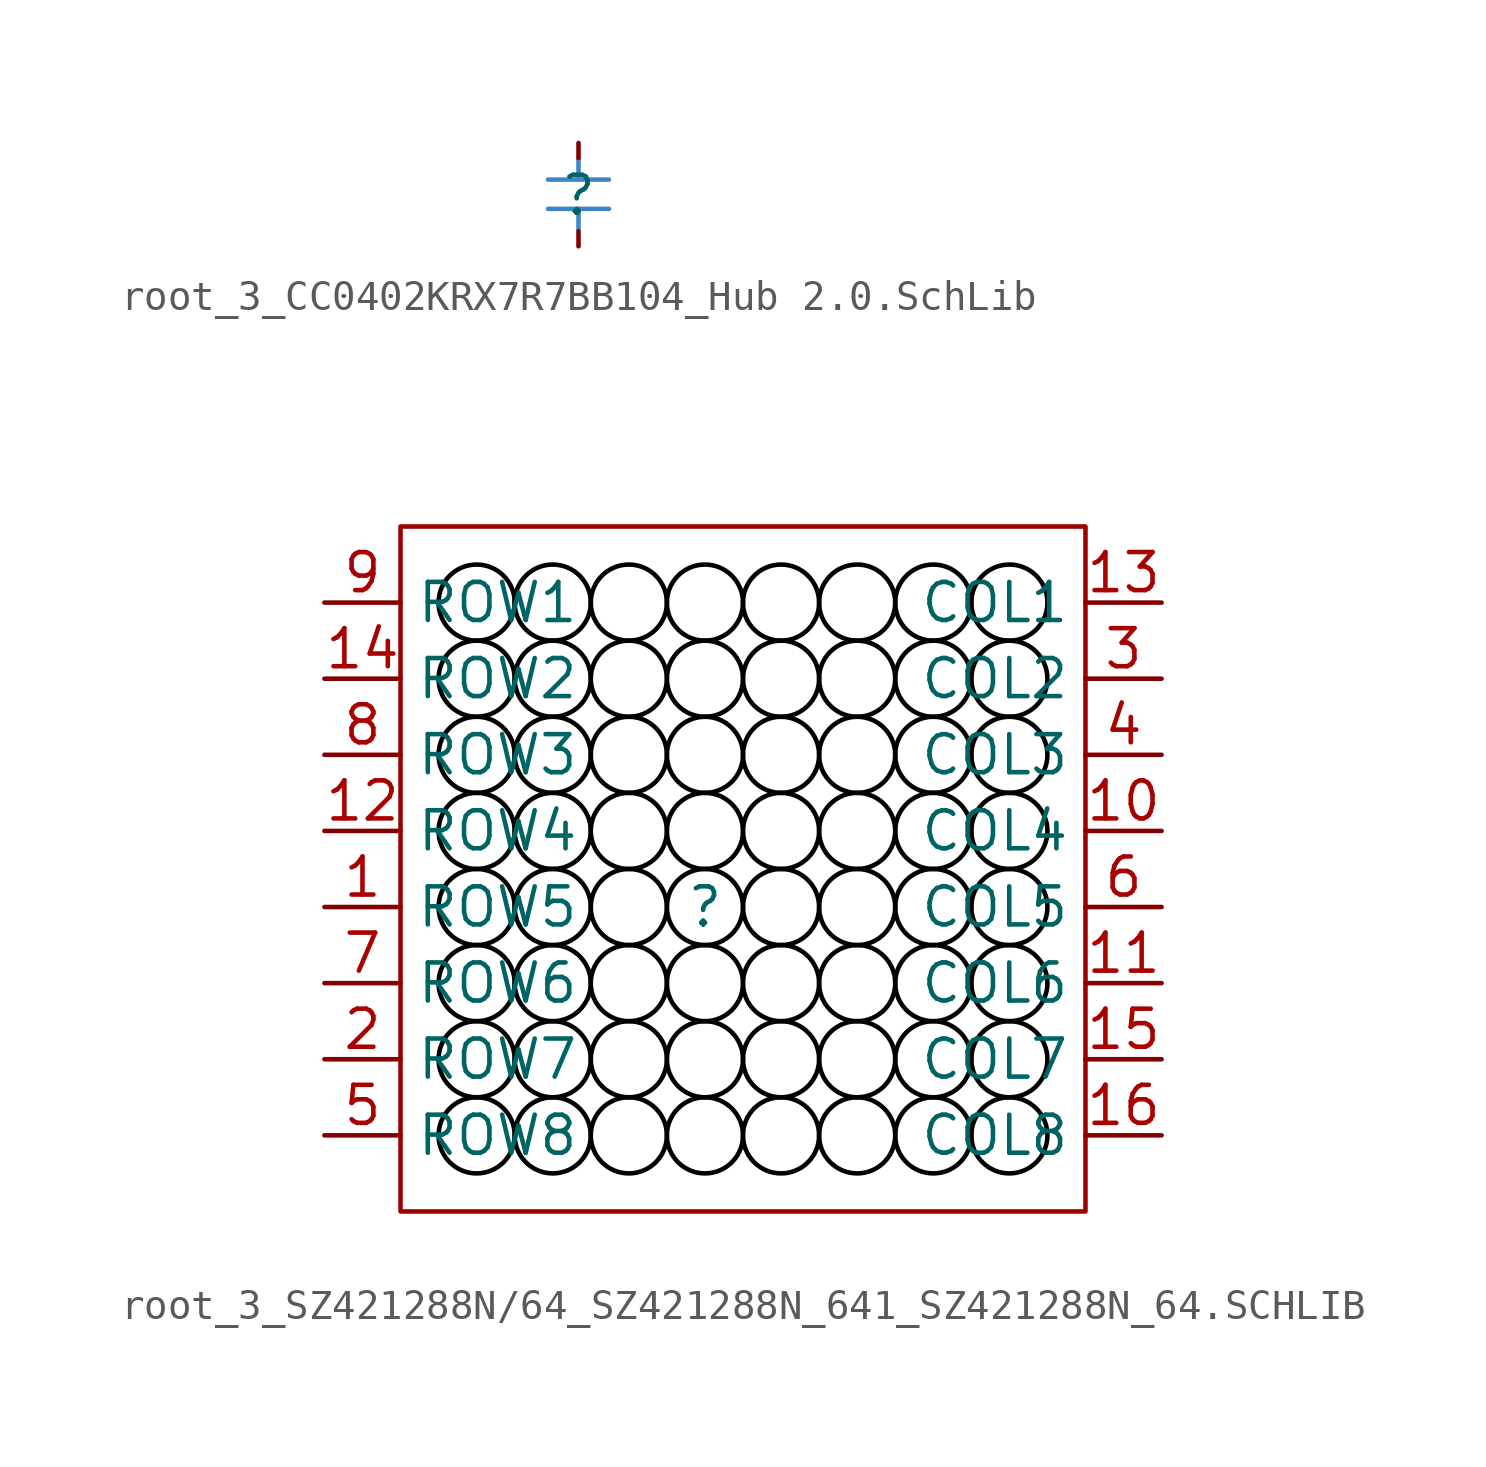
<source format=kicad_sym>
(kicad_symbol_lib
  (version 20241209)
  (generator "kicad_symbol_editor")
  (generator_version "9.0")
  (symbol "root_3_CC0402KRX7R7BB104_Hub 2.0.SchLib"
    (pin_numbers
      (hide yes))
    (pin_names
      (hide yes))
    (property "Reference" ""
      (at 0 0 0)
      (effects (font (size 1.27 1.27))))
    (property "Value" ""
      (at 0 0 0)
      (effects (font (size 1.27 1.27))))
    (symbol "root_3_CC0402KRX7R7BB104_Hub 2.0.SchLib_1_0"
      (polyline (pts (xy 0 1.228) (xy 0 0.528) (xy 1.016 0.528)) (stroke (width 0) (type solid) (color 61 133 198 1)) (fill (type none)))
      (polyline (pts (xy 0 0.528) (xy -1.016 0.528)) (stroke (width 0) (type solid) (color 61 133 198 1)) (fill (type none)))
      (polyline (pts (xy 0 -0.45) (xy 1.016 -0.45)) (stroke (width 0) (type solid) (color 61 133 198 1)) (fill (type none)))
      (polyline (pts (xy 0 -1.15) (xy 0 -0.45) (xy -1.016 -0.45)) (stroke (width 0) (type solid) (color 61 133 198 1)) (fill (type none)))
      (pin passive line (at 0 1.75 270) (length 0.5) (name "1" (effects (font (size 1.27 1.27)))) (number "1" (effects (font (size 1.27 1.27)))))
      (pin passive line (at 0 -1.7 90) (length 0.5) (name "2" (effects (font (size 1.27 1.27)))) (number "2" (effects (font (size 1.27 1.27)))))))
  (symbol "root_3_SZ421288N/64_SZ421288N_641_SZ421288N_64.SCHLIB"
    (property "Reference" ""
      (at 0 0 0)
      (effects (font (size 1.27 1.27))))
    (property "Value" ""
      (at 0 0 0)
      (effects (font (size 1.27 1.27))))
    (symbol "root_3_SZ421288N/64_SZ421288N_641_SZ421288N_64.SCHLIB_1_0"
      (circle (center -7.62 10.16) (radius 1.27) (stroke (width 0) (type solid) (color 0 0 0 1)) (fill (type none)))
      (circle (center -7.62 7.62) (radius 1.27) (stroke (width 0) (type solid) (color 0 0 0 1)) (fill (type none)))
      (circle (center -7.62 5.08) (radius 1.27) (stroke (width 0) (type solid) (color 0 0 0 1)) (fill (type none)))
      (circle (center -7.62 2.54) (radius 1.27) (stroke (width 0) (type solid) (color 0 0 0 1)) (fill (type none)))
      (circle (center -7.62 0) (radius 1.27) (stroke (width 0) (type solid) (color 0 0 0 1)) (fill (type none)))
      (circle (center -7.62 -2.54) (radius 1.27) (stroke (width 0) (type solid) (color 0 0 0 1)) (fill (type none)))
      (circle (center -7.62 -5.08) (radius 1.27) (stroke (width 0) (type solid) (color 0 0 0 1)) (fill (type none)))
      (circle (center -7.62 -7.62) (radius 1.27) (stroke (width 0) (type solid) (color 0 0 0 1)) (fill (type none)))
      (circle (center -5.08 10.16) (radius 1.27) (stroke (width 0) (type solid) (color 0 0 0 1)) (fill (type none)))
      (circle (center -5.08 7.62) (radius 1.27) (stroke (width 0) (type solid) (color 0 0 0 1)) (fill (type none)))
      (circle (center -5.08 5.08) (radius 1.27) (stroke (width 0) (type solid) (color 0 0 0 1)) (fill (type none)))
      (circle (center -5.08 2.54) (radius 1.27) (stroke (width 0) (type solid) (color 0 0 0 1)) (fill (type none)))
      (circle (center -5.08 0) (radius 1.27) (stroke (width 0) (type solid) (color 0 0 0 1)) (fill (type none)))
      (circle (center -5.08 -2.54) (radius 1.27) (stroke (width 0) (type solid) (color 0 0 0 1)) (fill (type none)))
      (circle (center -5.08 -5.08) (radius 1.27) (stroke (width 0) (type solid) (color 0 0 0 1)) (fill (type none)))
      (circle (center -5.08 -7.62) (radius 1.27) (stroke (width 0) (type solid) (color 0 0 0 1)) (fill (type none)))
      (circle (center -2.54 10.16) (radius 1.27) (stroke (width 0) (type solid) (color 0 0 0 1)) (fill (type none)))
      (circle (center -2.54 7.62) (radius 1.27) (stroke (width 0) (type solid) (color 0 0 0 1)) (fill (type none)))
      (circle (center -2.54 5.08) (radius 1.27) (stroke (width 0) (type solid) (color 0 0 0 1)) (fill (type none)))
      (circle (center -2.54 2.54) (radius 1.27) (stroke (width 0) (type solid) (color 0 0 0 1)) (fill (type none)))
      (circle (center -2.54 0) (radius 1.27) (stroke (width 0) (type solid) (color 0 0 0 1)) (fill (type none)))
      (circle (center -2.54 -2.54) (radius 1.27) (stroke (width 0) (type solid) (color 0 0 0 1)) (fill (type none)))
      (circle (center -2.54 -5.08) (radius 1.27) (stroke (width 0) (type solid) (color 0 0 0 1)) (fill (type none)))
      (circle (center -2.54 -7.62) (radius 1.27) (stroke (width 0) (type solid) (color 0 0 0 1)) (fill (type none)))
      (circle (center 0 10.16) (radius 1.27) (stroke (width 0) (type solid) (color 0 0 0 1)) (fill (type none)))
      (circle (center 0 7.62) (radius 1.27) (stroke (width 0) (type solid) (color 0 0 0 1)) (fill (type none)))
      (circle (center 0 5.08) (radius 1.27) (stroke (width 0) (type solid) (color 0 0 0 1)) (fill (type none)))
      (circle (center 0 2.54) (radius 1.27) (stroke (width 0) (type solid) (color 0 0 0 1)) (fill (type none)))
      (circle (center 0 0) (radius 1.27) (stroke (width 0) (type solid) (color 0 0 0 1)) (fill (type none)))
      (circle (center 0 -2.54) (radius 1.27) (stroke (width 0) (type solid) (color 0 0 0 1)) (fill (type none)))
      (circle (center 0 -5.08) (radius 1.27) (stroke (width 0) (type solid) (color 0 0 0 1)) (fill (type none)))
      (circle (center 0 -7.62) (radius 1.27) (stroke (width 0) (type solid) (color 0 0 0 1)) (fill (type none)))
      (circle (center 2.54 10.16) (radius 1.27) (stroke (width 0) (type solid) (color 0 0 0 1)) (fill (type none)))
      (circle (center 2.54 7.62) (radius 1.27) (stroke (width 0) (type solid) (color 0 0 0 1)) (fill (type none)))
      (circle (center 2.54 5.08) (radius 1.27) (stroke (width 0) (type solid) (color 0 0 0 1)) (fill (type none)))
      (circle (center 2.54 2.54) (radius 1.27) (stroke (width 0) (type solid) (color 0 0 0 1)) (fill (type none)))
      (circle (center 2.54 0) (radius 1.27) (stroke (width 0) (type solid) (color 0 0 0 1)) (fill (type none)))
      (circle (center 2.54 -2.54) (radius 1.27) (stroke (width 0) (type solid) (color 0 0 0 1)) (fill (type none)))
      (circle (center 2.54 -5.08) (radius 1.27) (stroke (width 0) (type solid) (color 0 0 0 1)) (fill (type none)))
      (circle (center 2.54 -7.62) (radius 1.27) (stroke (width 0) (type solid) (color 0 0 0 1)) (fill (type none)))
      (circle (center 5.08 10.16) (radius 1.27) (stroke (width 0) (type solid) (color 0 0 0 1)) (fill (type none)))
      (circle (center 5.08 7.62) (radius 1.27) (stroke (width 0) (type solid) (color 0 0 0 1)) (fill (type none)))
      (circle (center 5.08 5.08) (radius 1.27) (stroke (width 0) (type solid) (color 0 0 0 1)) (fill (type none)))
      (circle (center 5.08 2.54) (radius 1.27) (stroke (width 0) (type solid) (color 0 0 0 1)) (fill (type none)))
      (circle (center 5.08 0) (radius 1.27) (stroke (width 0) (type solid) (color 0 0 0 1)) (fill (type none)))
      (circle (center 5.08 -2.54) (radius 1.27) (stroke (width 0) (type solid) (color 0 0 0 1)) (fill (type none)))
      (circle (center 5.08 -5.08) (radius 1.27) (stroke (width 0) (type solid) (color 0 0 0 1)) (fill (type none)))
      (circle (center 5.08 -7.62) (radius 1.27) (stroke (width 0) (type solid) (color 0 0 0 1)) (fill (type none)))
      (circle (center 7.62 10.16) (radius 1.27) (stroke (width 0) (type solid) (color 0 0 0 1)) (fill (type none)))
      (circle (center 7.62 7.62) (radius 1.27) (stroke (width 0) (type solid) (color 0 0 0 1)) (fill (type none)))
      (circle (center 7.62 5.08) (radius 1.27) (stroke (width 0) (type solid) (color 0 0 0 1)) (fill (type none)))
      (circle (center 7.62 2.54) (radius 1.27) (stroke (width 0) (type solid) (color 0 0 0 1)) (fill (type none)))
      (circle (center 7.62 0) (radius 1.27) (stroke (width 0) (type solid) (color 0 0 0 1)) (fill (type none)))
      (circle (center 7.62 -2.54) (radius 1.27) (stroke (width 0) (type solid) (color 0 0 0 1)) (fill (type none)))
      (circle (center 7.62 -5.08) (radius 1.27) (stroke (width 0) (type solid) (color 0 0 0 1)) (fill (type none)))
      (circle (center 7.62 -7.62) (radius 1.27) (stroke (width 0) (type solid) (color 0 0 0 1)) (fill (type none)))
      (circle (center 10.16 10.16) (radius 1.27) (stroke (width 0) (type solid) (color 0 0 0 1)) (fill (type none)))
      (circle (center 10.16 7.62) (radius 1.27) (stroke (width 0) (type solid) (color 0 0 0 1)) (fill (type none)))
      (circle (center 10.16 5.08) (radius 1.27) (stroke (width 0) (type solid) (color 0 0 0 1)) (fill (type none)))
      (circle (center 10.16 2.54) (radius 1.27) (stroke (width 0) (type solid) (color 0 0 0 1)) (fill (type none)))
      (circle (center 10.16 0) (radius 1.27) (stroke (width 0) (type solid) (color 0 0 0 1)) (fill (type none)))
      (circle (center 10.16 -2.54) (radius 1.27) (stroke (width 0) (type solid) (color 0 0 0 1)) (fill (type none)))
      (circle (center 10.16 -5.08) (radius 1.27) (stroke (width 0) (type solid) (color 0 0 0 1)) (fill (type none)))
      (circle (center 10.16 -7.62) (radius 1.27) (stroke (width 0) (type solid) (color 0 0 0 1)) (fill (type none)))
      (polyline (pts (xy 12.7 12.7) (xy -10.16 12.7) (xy -10.16 12.7) (xy -10.16 -10.16) (xy -10.16 -10.16) (xy 12.7 -10.16) (xy 12.7 -10.16) (xy 12.7 12.7)) (stroke (width 0) (type solid) (color 160 0 0 1)) (fill (type none)))
      (pin passive line (at -12.7 10.16 0) (length 2.54) (name "ROW1" (effects (font (size 1.27 1.27)))) (number "9" (effects (font (size 1.27 1.27)))))
      (pin passive line (at -12.7 7.62 0) (length 2.54) (name "ROW2" (effects (font (size 1.27 1.27)))) (number "14" (effects (font (size 1.27 1.27)))))
      (pin passive line (at -12.7 5.08 0) (length 2.54) (name "ROW3" (effects (font (size 1.27 1.27)))) (number "8" (effects (font (size 1.27 1.27)))))
      (pin passive line (at -12.7 2.54 0) (length 2.54) (name "ROW4" (effects (font (size 1.27 1.27)))) (number "12" (effects (font (size 1.27 1.27)))))
      (pin passive line (at -12.7 0 0) (length 2.54) (name "ROW5" (effects (font (size 1.27 1.27)))) (number "1" (effects (font (size 1.27 1.27)))))
      (pin passive line (at -12.7 -2.54 0) (length 2.54) (name "ROW6" (effects (font (size 1.27 1.27)))) (number "7" (effects (font (size 1.27 1.27)))))
      (pin passive line (at -12.7 -5.08 0) (length 2.54) (name "ROW7" (effects (font (size 1.27 1.27)))) (number "2" (effects (font (size 1.27 1.27)))))
      (pin passive line (at -12.7 -7.62 0) (length 2.54) (name "ROW8" (effects (font (size 1.27 1.27)))) (number "5" (effects (font (size 1.27 1.27)))))
      (pin passive line (at 15.24 10.16 180) (length 2.54) (name "COL1" (effects (font (size 1.27 1.27)))) (number "13" (effects (font (size 1.27 1.27)))))
      (pin passive line (at 15.24 7.62 180) (length 2.54) (name "COL2" (effects (font (size 1.27 1.27)))) (number "3" (effects (font (size 1.27 1.27)))))
      (pin passive line (at 15.24 5.08 180) (length 2.54) (name "COL3" (effects (font (size 1.27 1.27)))) (number "4" (effects (font (size 1.27 1.27)))))
      (pin passive line (at 15.24 2.54 180) (length 2.54) (name "COL4" (effects (font (size 1.27 1.27)))) (number "10" (effects (font (size 1.27 1.27)))))
      (pin passive line (at 15.24 0 180) (length 2.54) (name "COL5" (effects (font (size 1.27 1.27)))) (number "6" (effects (font (size 1.27 1.27)))))
      (pin passive line (at 15.24 -2.54 180) (length 2.54) (name "COL6" (effects (font (size 1.27 1.27)))) (number "11" (effects (font (size 1.27 1.27)))))
      (pin passive line (at 15.24 -5.08 180) (length 2.54) (name "COL7" (effects (font (size 1.27 1.27)))) (number "15" (effects (font (size 1.27 1.27)))))
      (pin passive line (at 15.24 -7.62 180) (length 2.54) (name "COL8" (effects (font (size 1.27 1.27)))) (number "16" (effects (font (size 1.27 1.27))))))))
</source>
